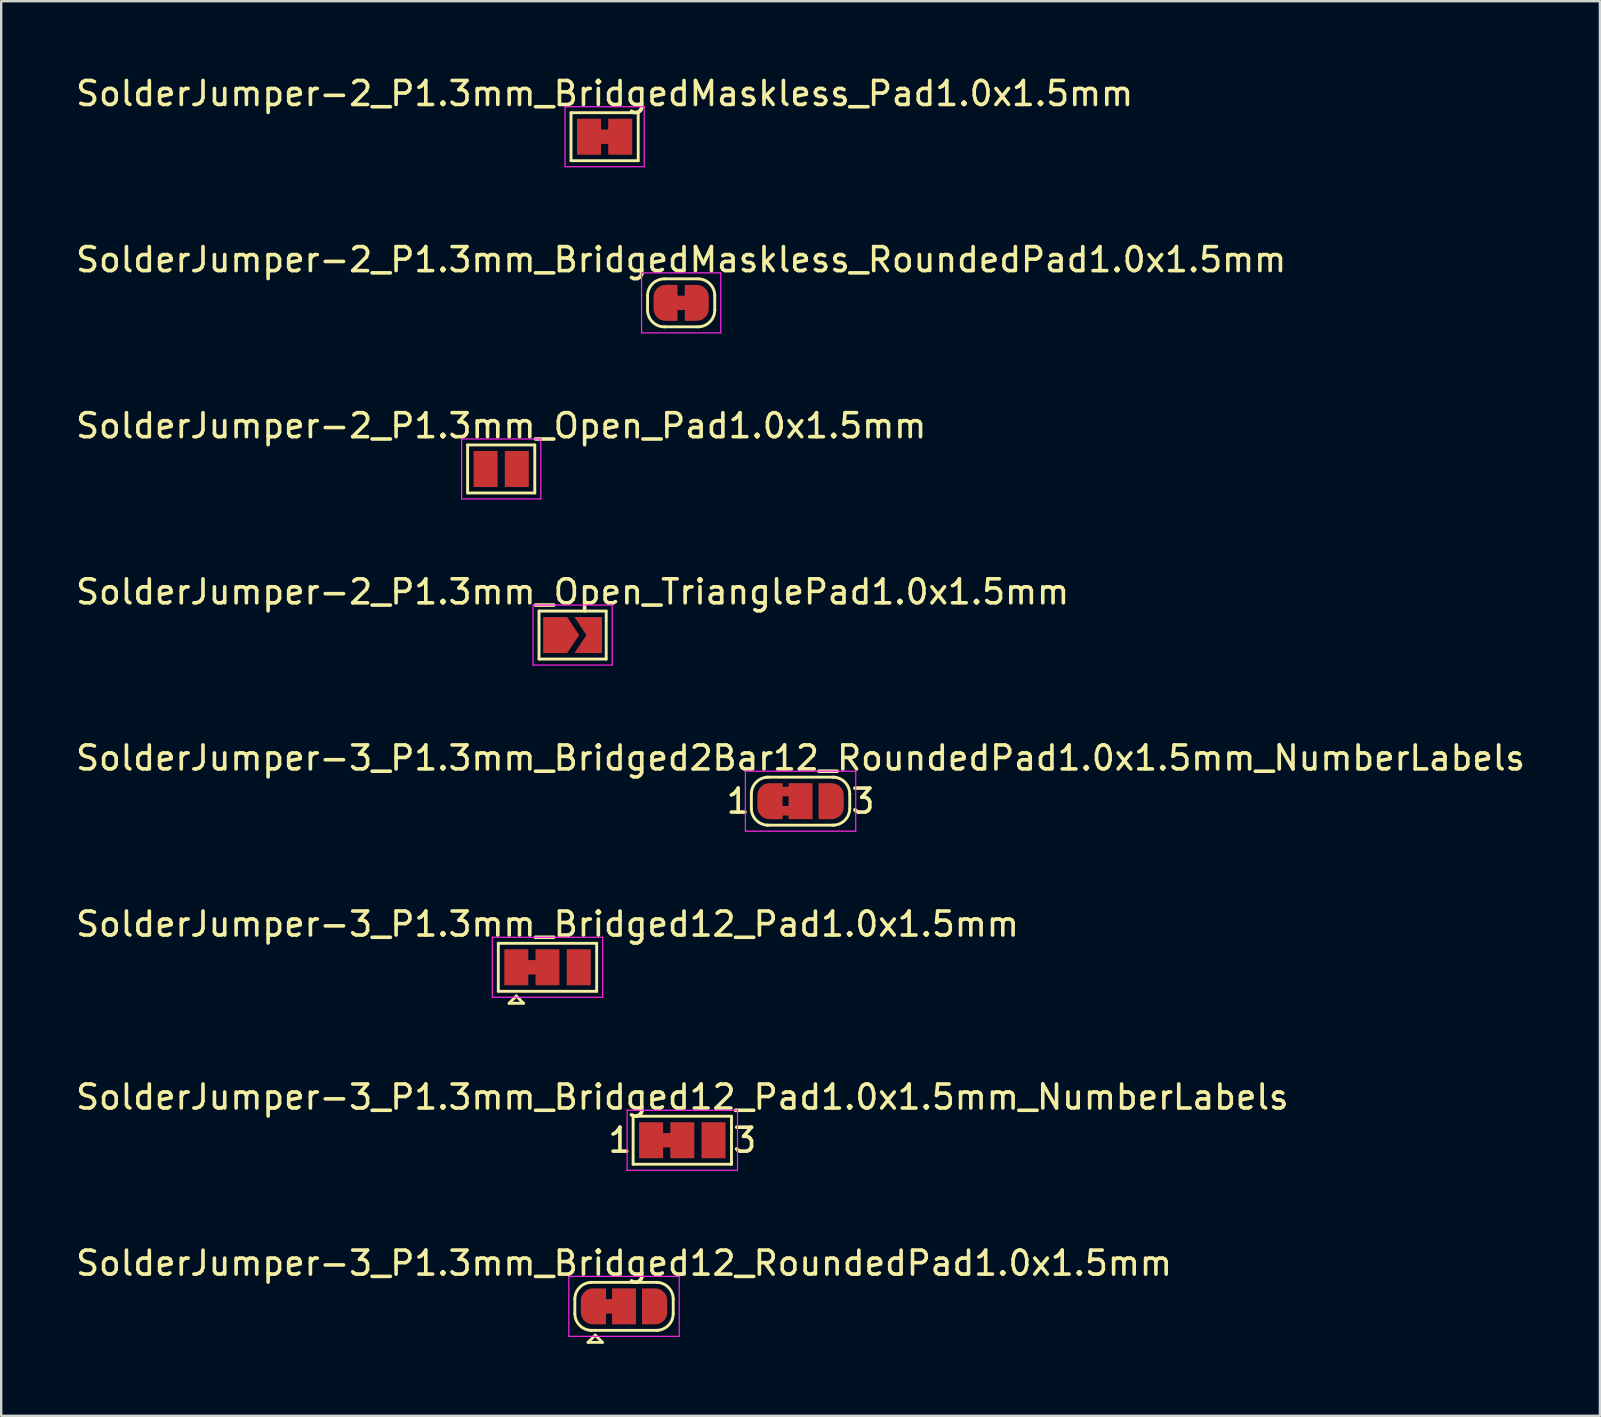
<source format=kicad_pcb>
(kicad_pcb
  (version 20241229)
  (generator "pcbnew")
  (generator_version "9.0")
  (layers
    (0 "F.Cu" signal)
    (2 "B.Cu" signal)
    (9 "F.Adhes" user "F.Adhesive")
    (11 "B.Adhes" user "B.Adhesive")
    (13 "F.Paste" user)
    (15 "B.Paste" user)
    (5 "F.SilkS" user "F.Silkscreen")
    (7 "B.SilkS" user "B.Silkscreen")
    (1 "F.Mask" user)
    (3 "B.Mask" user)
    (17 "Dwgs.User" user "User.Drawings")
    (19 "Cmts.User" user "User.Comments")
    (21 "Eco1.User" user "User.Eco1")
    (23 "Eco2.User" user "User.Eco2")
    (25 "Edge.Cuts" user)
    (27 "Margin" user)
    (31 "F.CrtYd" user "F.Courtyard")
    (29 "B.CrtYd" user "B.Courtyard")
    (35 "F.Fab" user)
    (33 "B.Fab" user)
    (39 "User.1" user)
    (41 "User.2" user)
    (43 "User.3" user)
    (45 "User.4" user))
  (footprint "SolderJumper-2_P1.3mm_Open_TrianglePad1.0x1.5mm"
    (layer "F.Cu")
    (at 20.815 23.418)
    (property "Reference" "SolderJumper-2_P1.3mm_Open_TrianglePad1.0x1.5mm" (at 0 -1.8 0) (layer "F.SilkS") (effects (font (size 1 1) (thickness 0.15))))
    (attr exclude_from_pos_files exclude_from_bom)
    (fp_line (start -1.4 -1) (end 1.4 -1) (stroke (width 0.12) (type solid)) (layer "F.SilkS"))
    (fp_line (start -1.4 1) (end -1.4 -1) (stroke (width 0.12) (type solid)) (layer "F.SilkS"))
    (fp_line (start 1.4 -1) (end 1.4 1) (stroke (width 0.12) (type solid)) (layer "F.SilkS"))
    (fp_line (start 1.4 1) (end -1.4 1) (stroke (width 0.12) (type solid)) (layer "F.SilkS"))
    (fp_line (start -1.65 -1.25) (end -1.65 1.25) (stroke (width 0.05) (type solid)) (layer "F.CrtYd"))
    (fp_line (start -1.65 -1.25) (end 1.65 -1.25) (stroke (width 0.05) (type solid)) (layer "F.CrtYd"))
    (fp_line (start 1.65 1.25) (end -1.65 1.25) (stroke (width 0.05) (type solid)) (layer "F.CrtYd"))
    (fp_line (start 1.65 1.25) (end 1.65 -1.25) (stroke (width 0.05) (type solid)) (layer "F.CrtYd"))
    (pad "1" smd custom (at -0.725 0) (size 0.3 0.3) (layers "F.Cu" "F.Mask") (options (anchor rect)) (primitives (gr_poly (pts (xy 1 0) (xy 0.5 0.75) (xy -0.5 0.75) (xy -0.5 -0.75) (xy 0.5 -0.75)) (width 0) (fill yes))))
    (pad "2" smd custom (at 0.725 0) (size 0.3 0.3) (layers "F.Cu" "F.Mask") (options (anchor rect)) (primitives (gr_poly (pts (xy 0.5 0.75) (xy -0.65 0.75) (xy -0.15 0) (xy -0.65 -0.75) (xy 0.5 -0.75)) (width 0) (fill yes)))))
  (footprint "SolderJumper-2_P1.3mm_BridgedMaskless_RoundedPad1.0x1.5mm"
    (layer "F.Cu")
    (at 25.339 9.572)
    (property "Reference" "SolderJumper-2_P1.3mm_BridgedMaskless_RoundedPad1.0x1.5mm" (at 0 -1.8 0) (layer "F.SilkS") (effects (font (size 1 1) (thickness 0.15))))
    (attr exclude_from_pos_files exclude_from_bom)
    (fp_poly (pts (xy 0.25 -0.3) (xy -0.25 -0.3) (xy -0.25 0.3) (xy 0.25 0.3)) (stroke (width 0) (type solid)) (fill yes) (layer "F.Cu"))
    (fp_poly (pts (xy 0.25 -0.3) (xy -0.25 -0.3) (xy -0.25 0.3) (xy 0.25 0.3)) (stroke (width 0) (type solid)) (fill yes) (layer "F.Mask"))
    (fp_line (start -1.4 0.3) (end -1.4 -0.3) (stroke (width 0.12) (type solid)) (layer "F.SilkS"))
    (fp_line (start -0.7 -1) (end 0.7 -1) (stroke (width 0.12) (type solid)) (layer "F.SilkS"))
    (fp_line (start 0.7 1) (end -0.7 1) (stroke (width 0.12) (type solid)) (layer "F.SilkS"))
    (fp_line (start 1.4 -0.3) (end 1.4 0.3) (stroke (width 0.12) (type solid)) (layer "F.SilkS"))
    (fp_arc (start -1.4 -0.3) (mid -1.194975 -0.794975) (end -0.7 -1) (stroke (width 0.12) (type solid)) (layer "F.SilkS"))
    (fp_arc (start -0.7 1) (mid -1.194975 0.794975) (end -1.4 0.3) (stroke (width 0.12) (type solid)) (layer "F.SilkS"))
    (fp_arc (start 0.7 -1) (mid 1.194975 -0.794975) (end 1.4 -0.3) (stroke (width 0.12) (type solid)) (layer "F.SilkS"))
    (fp_arc (start 1.4 0.3) (mid 1.194975 0.794975) (end 0.7 1) (stroke (width 0.12) (type solid)) (layer "F.SilkS"))
    (fp_line (start -1.65 -1.25) (end -1.65 1.25) (stroke (width 0.05) (type solid)) (layer "F.CrtYd"))
    (fp_line (start -1.65 -1.25) (end 1.65 -1.25) (stroke (width 0.05) (type solid)) (layer "F.CrtYd"))
    (fp_line (start 1.65 1.25) (end -1.65 1.25) (stroke (width 0.05) (type solid)) (layer "F.CrtYd"))
    (fp_line (start 1.65 1.25) (end 1.65 -1.25) (stroke (width 0.05) (type solid)) (layer "F.CrtYd"))
    (pad "1" smd custom (at -0.65 0) (size 1 0.5) (layers "F.Cu" "F.Mask") (options (anchor rect)) (primitives (gr_circle (center 0 0.25) (end 0.5 0.25) (width 0) (fill yes)) (gr_circle (center 0 -0.25) (end 0.5 -0.25) (width 0) (fill yes)) (gr_poly (pts (xy 0.5 0.75) (xy 0 0.75) (xy 0 -0.75) (xy 0.5 -0.75)) (width 0) (fill yes))))
    (pad "2" smd custom (at 0.65 0) (size 1 0.5) (layers "F.Cu" "F.Mask") (options (anchor rect)) (primitives (gr_circle (center 0 0.25) (end 0.5 0.25) (width 0) (fill yes)) (gr_circle (center 0 -0.25) (end 0.5 -0.25) (width 0) (fill yes)) (gr_poly (pts (xy 0 0.75) (xy -0.5 0.75) (xy -0.5 -0.75) (xy 0 -0.75)) (width 0) (fill yes)))))
  (footprint "SolderJumper-3_P1.3mm_Bridged2Bar12_RoundedPad1.0x1.5mm_NumberLabels"
    (layer "F.Cu")
    (at 30.315 30.341)
    (property "Reference" "SolderJumper-3_P1.3mm_Bridged2Bar12_RoundedPad1.0x1.5mm_NumberLabels" (at 0 -1.8 0) (layer "F.SilkS") (effects (font (size 1 1) (thickness 0.15))))
    (attr exclude_from_pos_files exclude_from_bom)
    (fp_poly (pts (xy -0.9 -0.6) (xy -0.4 -0.6) (xy -0.4 -0.2) (xy -0.9 -0.2)) (stroke (width 0) (type solid)) (fill yes) (layer "F.Cu"))
    (fp_poly (pts (xy -0.9 0.2) (xy -0.4 0.2) (xy -0.4 0.6) (xy -0.9 0.6)) (stroke (width 0) (type solid)) (fill yes) (layer "F.Cu"))
    (fp_line (start -2.05 0.3) (end -2.05 -0.3) (stroke (width 0.12) (type solid)) (layer "F.SilkS"))
    (fp_line (start -1.4 -1) (end 1.4 -1) (stroke (width 0.12) (type solid)) (layer "F.SilkS"))
    (fp_line (start 1.4 1) (end -1.4 1) (stroke (width 0.12) (type solid)) (layer "F.SilkS"))
    (fp_line (start 2.05 -0.3) (end 2.05 0.3) (stroke (width 0.12) (type solid)) (layer "F.SilkS"))
    (fp_arc (start -2.05 -0.3) (mid -1.844975 -0.794975) (end -1.35 -1) (stroke (width 0.12) (type solid)) (layer "F.SilkS"))
    (fp_arc (start -1.35 1) (mid -1.844975 0.794975) (end -2.05 0.3) (stroke (width 0.12) (type solid)) (layer "F.SilkS"))
    (fp_arc (start 1.35 -1) (mid 1.844975 -0.794975) (end 2.05 -0.3) (stroke (width 0.12) (type solid)) (layer "F.SilkS"))
    (fp_arc (start 2.05 0.3) (mid 1.844975 0.794975) (end 1.35 1) (stroke (width 0.12) (type solid)) (layer "F.SilkS"))
    (fp_line (start -2.3 -1.25) (end -2.3 1.25) (stroke (width 0.05) (type solid)) (layer "F.CrtYd"))
    (fp_line (start -2.3 -1.25) (end 2.3 -1.25) (stroke (width 0.05) (type solid)) (layer "F.CrtYd"))
    (fp_line (start 2.3 1.25) (end -2.3 1.25) (stroke (width 0.05) (type solid)) (layer "F.CrtYd"))
    (fp_line (start 2.3 1.25) (end 2.3 -1.25) (stroke (width 0.05) (type solid)) (layer "F.CrtYd"))
    (fp_text user "3" (at 2.6 0 0) (layer "F.SilkS") (effects (font (size 1 1) (thickness 0.15))))
    (fp_text user "1" (at -2.6 0 0) (layer "F.SilkS") (effects (font (size 1 1) (thickness 0.15))))
    (pad "1" smd custom (at -1.3 0) (size 1 0.5) (layers "F.Cu" "F.Mask") (options (anchor rect)) (primitives (gr_circle (center 0 0.25) (end 0.5 0.25) (width 0) (fill yes)) (gr_circle (center 0 -0.25) (end 0.5 -0.25) (width 0) (fill yes)) (gr_poly (pts (xy 0.55 0.75) (xy 0 0.75) (xy 0 -0.75) (xy 0.55 -0.75)) (width 0) (fill yes))))
    (pad "2" smd rect (at 0 0) (size 1 1.5) (layers "F.Cu" "F.Mask"))
    (pad "3" smd custom (at 1.3 0) (size 1 0.5) (layers "F.Cu" "F.Mask") (options (anchor rect)) (primitives (gr_circle (center 0 0.25) (end 0.5 0.25) (width 0) (fill yes)) (gr_circle (center 0 -0.25) (end 0.5 -0.25) (width 0) (fill yes)) (gr_poly (pts (xy 0 0.75) (xy -0.55 0.75) (xy -0.55 -0.75) (xy 0 -0.75)) (width 0) (fill yes)))))
  (footprint "SolderJumper-3_P1.3mm_Bridged12_RoundedPad1.0x1.5mm"
    (layer "F.Cu")
    (at 22.958 51.396)
    (property "Reference" "SolderJumper-3_P1.3mm_Bridged12_RoundedPad1.0x1.5mm" (at 0 -1.8 0) (layer "F.SilkS") (effects (font (size 1 1) (thickness 0.15))))
    (attr exclude_from_pos_files exclude_from_bom)
    (fp_poly (pts (xy -0.9 -0.3) (xy -0.4 -0.3) (xy -0.4 0.3) (xy -0.9 0.3)) (stroke (width 0) (type solid)) (fill yes) (layer "F.Cu"))
    (fp_line (start -2.05 0.3) (end -2.05 -0.3) (stroke (width 0.12) (type solid)) (layer "F.SilkS"))
    (fp_line (start -1.5 1.5) (end -0.9 1.5) (stroke (width 0.12) (type solid)) (layer "F.SilkS"))
    (fp_line (start -1.4 -1) (end 1.4 -1) (stroke (width 0.12) (type solid)) (layer "F.SilkS"))
    (fp_line (start -1.2 1.2) (end -1.5 1.5) (stroke (width 0.12) (type solid)) (layer "F.SilkS"))
    (fp_line (start -1.2 1.2) (end -0.9 1.5) (stroke (width 0.12) (type solid)) (layer "F.SilkS"))
    (fp_line (start 1.4 1) (end -1.4 1) (stroke (width 0.12) (type solid)) (layer "F.SilkS"))
    (fp_line (start 2.05 -0.3) (end 2.05 0.3) (stroke (width 0.12) (type solid)) (layer "F.SilkS"))
    (fp_arc (start -2.05 -0.3) (mid -1.844975 -0.794975) (end -1.35 -1) (stroke (width 0.12) (type solid)) (layer "F.SilkS"))
    (fp_arc (start -1.35 1) (mid -1.844975 0.794975) (end -2.05 0.3) (stroke (width 0.12) (type solid)) (layer "F.SilkS"))
    (fp_arc (start 1.35 -1) (mid 1.844975 -0.794975) (end 2.05 -0.3) (stroke (width 0.12) (type solid)) (layer "F.SilkS"))
    (fp_arc (start 2.05 0.3) (mid 1.844975 0.794975) (end 1.35 1) (stroke (width 0.12) (type solid)) (layer "F.SilkS"))
    (fp_line (start -2.3 -1.25) (end -2.3 1.25) (stroke (width 0.05) (type solid)) (layer "F.CrtYd"))
    (fp_line (start -2.3 -1.25) (end 2.3 -1.25) (stroke (width 0.05) (type solid)) (layer "F.CrtYd"))
    (fp_line (start 2.3 1.25) (end -2.3 1.25) (stroke (width 0.05) (type solid)) (layer "F.CrtYd"))
    (fp_line (start 2.3 1.25) (end 2.3 -1.25) (stroke (width 0.05) (type solid)) (layer "F.CrtYd"))
    (pad "1" smd custom (at -1.3 0) (size 1 0.5) (layers "F.Cu" "F.Mask") (options (anchor rect)) (primitives (gr_circle (center 0 0.25) (end 0.5 0.25) (width 0) (fill yes)) (gr_circle (center 0 -0.25) (end 0.5 -0.25) (width 0) (fill yes)) (gr_poly (pts (xy 0.55 0.75) (xy 0 0.75) (xy 0 -0.75) (xy 0.55 -0.75)) (width 0) (fill yes))))
    (pad "2" smd rect (at 0 0) (size 1 1.5) (layers "F.Cu" "F.Mask"))
    (pad "3" smd custom (at 1.3 0) (size 1 0.5) (layers "F.Cu" "F.Mask") (options (anchor rect)) (primitives (gr_circle (center 0 0.25) (end 0.5 0.25) (width 0) (fill yes)) (gr_circle (center 0 -0.25) (end 0.5 -0.25) (width 0) (fill yes)) (gr_poly (pts (xy 0 0.75) (xy -0.55 0.75) (xy -0.55 -0.75) (xy 0 -0.75)) (width 0) (fill yes)))))
  (footprint "SolderJumper-2_P1.3mm_Open_Pad1.0x1.5mm"
    (layer "F.Cu")
    (at 17.839 16.495)
    (property "Reference" "SolderJumper-2_P1.3mm_Open_Pad1.0x1.5mm" (at 0 -1.8 0) (layer "F.SilkS") (effects (font (size 1 1) (thickness 0.15))))
    (attr exclude_from_pos_files exclude_from_bom)
    (fp_line (start -1.4 -1) (end 1.4 -1) (stroke (width 0.12) (type solid)) (layer "F.SilkS"))
    (fp_line (start -1.4 1) (end -1.4 -1) (stroke (width 0.12) (type solid)) (layer "F.SilkS"))
    (fp_line (start 1.4 -1) (end 1.4 1) (stroke (width 0.12) (type solid)) (layer "F.SilkS"))
    (fp_line (start 1.4 1) (end -1.4 1) (stroke (width 0.12) (type solid)) (layer "F.SilkS"))
    (fp_line (start -1.65 -1.25) (end -1.65 1.25) (stroke (width 0.05) (type solid)) (layer "F.CrtYd"))
    (fp_line (start -1.65 -1.25) (end 1.65 -1.25) (stroke (width 0.05) (type solid)) (layer "F.CrtYd"))
    (fp_line (start 1.65 1.25) (end -1.65 1.25) (stroke (width 0.05) (type solid)) (layer "F.CrtYd"))
    (fp_line (start 1.65 1.25) (end 1.65 -1.25) (stroke (width 0.05) (type solid)) (layer "F.CrtYd"))
    (pad "1" smd rect (at -0.65 0) (size 1 1.5) (layers "F.Cu" "F.Mask"))
    (pad "2" smd rect (at 0.65 0) (size 1 1.5) (layers "F.Cu" "F.Mask")))
  (footprint "SolderJumper-3_P1.3mm_Bridged12_Pad1.0x1.5mm_NumberLabels"
    (layer "F.Cu")
    (at 25.387 44.473)
    (property "Reference" "SolderJumper-3_P1.3mm_Bridged12_Pad1.0x1.5mm_NumberLabels" (at 0 -1.8 0) (layer "F.SilkS") (effects (font (size 1 1) (thickness 0.15))))
    (attr exclude_from_pos_files exclude_from_bom)
    (fp_poly (pts (xy -0.9 -0.3) (xy -0.4 -0.3) (xy -0.4 0.3) (xy -0.9 0.3)) (stroke (width 0) (type solid)) (fill yes) (layer "F.Cu"))
    (fp_line (start -2.05 -1) (end 2.05 -1) (stroke (width 0.12) (type solid)) (layer "F.SilkS"))
    (fp_line (start -2.05 1) (end -2.05 -1) (stroke (width 0.12) (type solid)) (layer "F.SilkS"))
    (fp_line (start 2.05 -1) (end 2.05 1) (stroke (width 0.12) (type solid)) (layer "F.SilkS"))
    (fp_line (start 2.05 1) (end -2.05 1) (stroke (width 0.12) (type solid)) (layer "F.SilkS"))
    (fp_line (start -2.3 -1.25) (end -2.3 1.25) (stroke (width 0.05) (type solid)) (layer "F.CrtYd"))
    (fp_line (start -2.3 -1.25) (end 2.3 -1.25) (stroke (width 0.05) (type solid)) (layer "F.CrtYd"))
    (fp_line (start 2.3 1.25) (end -2.3 1.25) (stroke (width 0.05) (type solid)) (layer "F.CrtYd"))
    (fp_line (start 2.3 1.25) (end 2.3 -1.25) (stroke (width 0.05) (type solid)) (layer "F.CrtYd"))
    (fp_text user "3" (at 2.6 0 0) (layer "F.SilkS") (effects (font (size 1 1) (thickness 0.15))))
    (fp_text user "1" (at -2.6 0 0) (layer "F.SilkS") (effects (font (size 1 1) (thickness 0.15))))
    (pad "1" smd rect (at -1.3 0) (size 1 1.5) (layers "F.Cu" "F.Mask"))
    (pad "2" smd rect (at 0 0) (size 1 1.5) (layers "F.Cu" "F.Mask"))
    (pad "3" smd rect (at 1.3 0) (size 1 1.5) (layers "F.Cu" "F.Mask")))
  (footprint "SolderJumper-2_P1.3mm_BridgedMaskless_Pad1.0x1.5mm"
    (layer "F.Cu")
    (at 22.149 2.648)
    (property "Reference" "SolderJumper-2_P1.3mm_BridgedMaskless_Pad1.0x1.5mm" (at 0 -1.8 0) (layer "F.SilkS") (effects (font (size 1 1) (thickness 0.15))))
    (attr exclude_from_pos_files exclude_from_bom)
    (fp_poly (pts (xy -0.25 -0.3) (xy 0.25 -0.3) (xy 0.25 0.3) (xy -0.25 0.3)) (stroke (width 0) (type solid)) (fill yes) (layer "F.Cu"))
    (fp_poly (pts (xy -0.25 -0.3) (xy 0.25 -0.3) (xy 0.25 0.3) (xy -0.25 0.3)) (stroke (width 0) (type solid)) (fill yes) (layer "F.Mask"))
    (fp_line (start -1.4 -1) (end 1.4 -1) (stroke (width 0.12) (type solid)) (layer "F.SilkS"))
    (fp_line (start -1.4 1) (end -1.4 -1) (stroke (width 0.12) (type solid)) (layer "F.SilkS"))
    (fp_line (start 1.4 -1) (end 1.4 1) (stroke (width 0.12) (type solid)) (layer "F.SilkS"))
    (fp_line (start 1.4 1) (end -1.4 1) (stroke (width 0.12) (type solid)) (layer "F.SilkS"))
    (fp_line (start -1.65 -1.25) (end -1.65 1.25) (stroke (width 0.05) (type solid)) (layer "F.CrtYd"))
    (fp_line (start -1.65 -1.25) (end 1.65 -1.25) (stroke (width 0.05) (type solid)) (layer "F.CrtYd"))
    (fp_line (start 1.65 1.25) (end -1.65 1.25) (stroke (width 0.05) (type solid)) (layer "F.CrtYd"))
    (fp_line (start 1.65 1.25) (end 1.65 -1.25) (stroke (width 0.05) (type solid)) (layer "F.CrtYd"))
    (pad "1" smd rect (at -0.65 0) (size 1 1.5) (layers "F.Cu" "F.Mask"))
    (pad "2" smd rect (at 0.65 0) (size 1 1.5) (layers "F.Cu" "F.Mask")))
  (footprint "SolderJumper-3_P1.3mm_Bridged12_Pad1.0x1.5mm"
    (layer "F.Cu")
    (at 19.768 37.264)
    (property "Reference" "SolderJumper-3_P1.3mm_Bridged12_Pad1.0x1.5mm" (at 0 -1.8 0) (layer "F.SilkS") (effects (font (size 1 1) (thickness 0.15))))
    (attr exclude_from_pos_files exclude_from_bom)
    (fp_poly (pts (xy -0.9 -0.3) (xy -0.4 -0.3) (xy -0.4 0.3) (xy -0.9 0.3)) (stroke (width 0) (type solid)) (fill yes) (layer "F.Cu"))
    (fp_line (start -2.05 -1) (end 2.05 -1) (stroke (width 0.12) (type solid)) (layer "F.SilkS"))
    (fp_line (start -2.05 1) (end -2.05 -1) (stroke (width 0.12) (type solid)) (layer "F.SilkS"))
    (fp_line (start -1.6 1.5) (end -1 1.5) (stroke (width 0.12) (type solid)) (layer "F.SilkS"))
    (fp_line (start -1.3 1.2) (end -1.6 1.5) (stroke (width 0.12) (type solid)) (layer "F.SilkS"))
    (fp_line (start -1.3 1.2) (end -1 1.5) (stroke (width 0.12) (type solid)) (layer "F.SilkS"))
    (fp_line (start 2.05 -1) (end 2.05 1) (stroke (width 0.12) (type solid)) (layer "F.SilkS"))
    (fp_line (start 2.05 1) (end -2.05 1) (stroke (width 0.12) (type solid)) (layer "F.SilkS"))
    (fp_line (start -2.3 -1.25) (end -2.3 1.25) (stroke (width 0.05) (type solid)) (layer "F.CrtYd"))
    (fp_line (start -2.3 -1.25) (end 2.3 -1.25) (stroke (width 0.05) (type solid)) (layer "F.CrtYd"))
    (fp_line (start 2.3 1.25) (end -2.3 1.25) (stroke (width 0.05) (type solid)) (layer "F.CrtYd"))
    (fp_line (start 2.3 1.25) (end 2.3 -1.25) (stroke (width 0.05) (type solid)) (layer "F.CrtYd"))
    (pad "1" smd rect (at -1.3 0) (size 1 1.5) (layers "F.Cu" "F.Mask"))
    (pad "2" smd rect (at 0 0) (size 1 1.5) (layers "F.Cu" "F.Mask"))
    (pad "3" smd rect (at 1.3 0) (size 1 1.5) (layers "F.Cu" "F.Mask")))
  (gr_rect
    (start -3 -3)
    (end 63.631 55.956)
    (stroke (width 0.1) (type default))
    (fill no)
    (layer "Edge.Cuts")))
</source>
